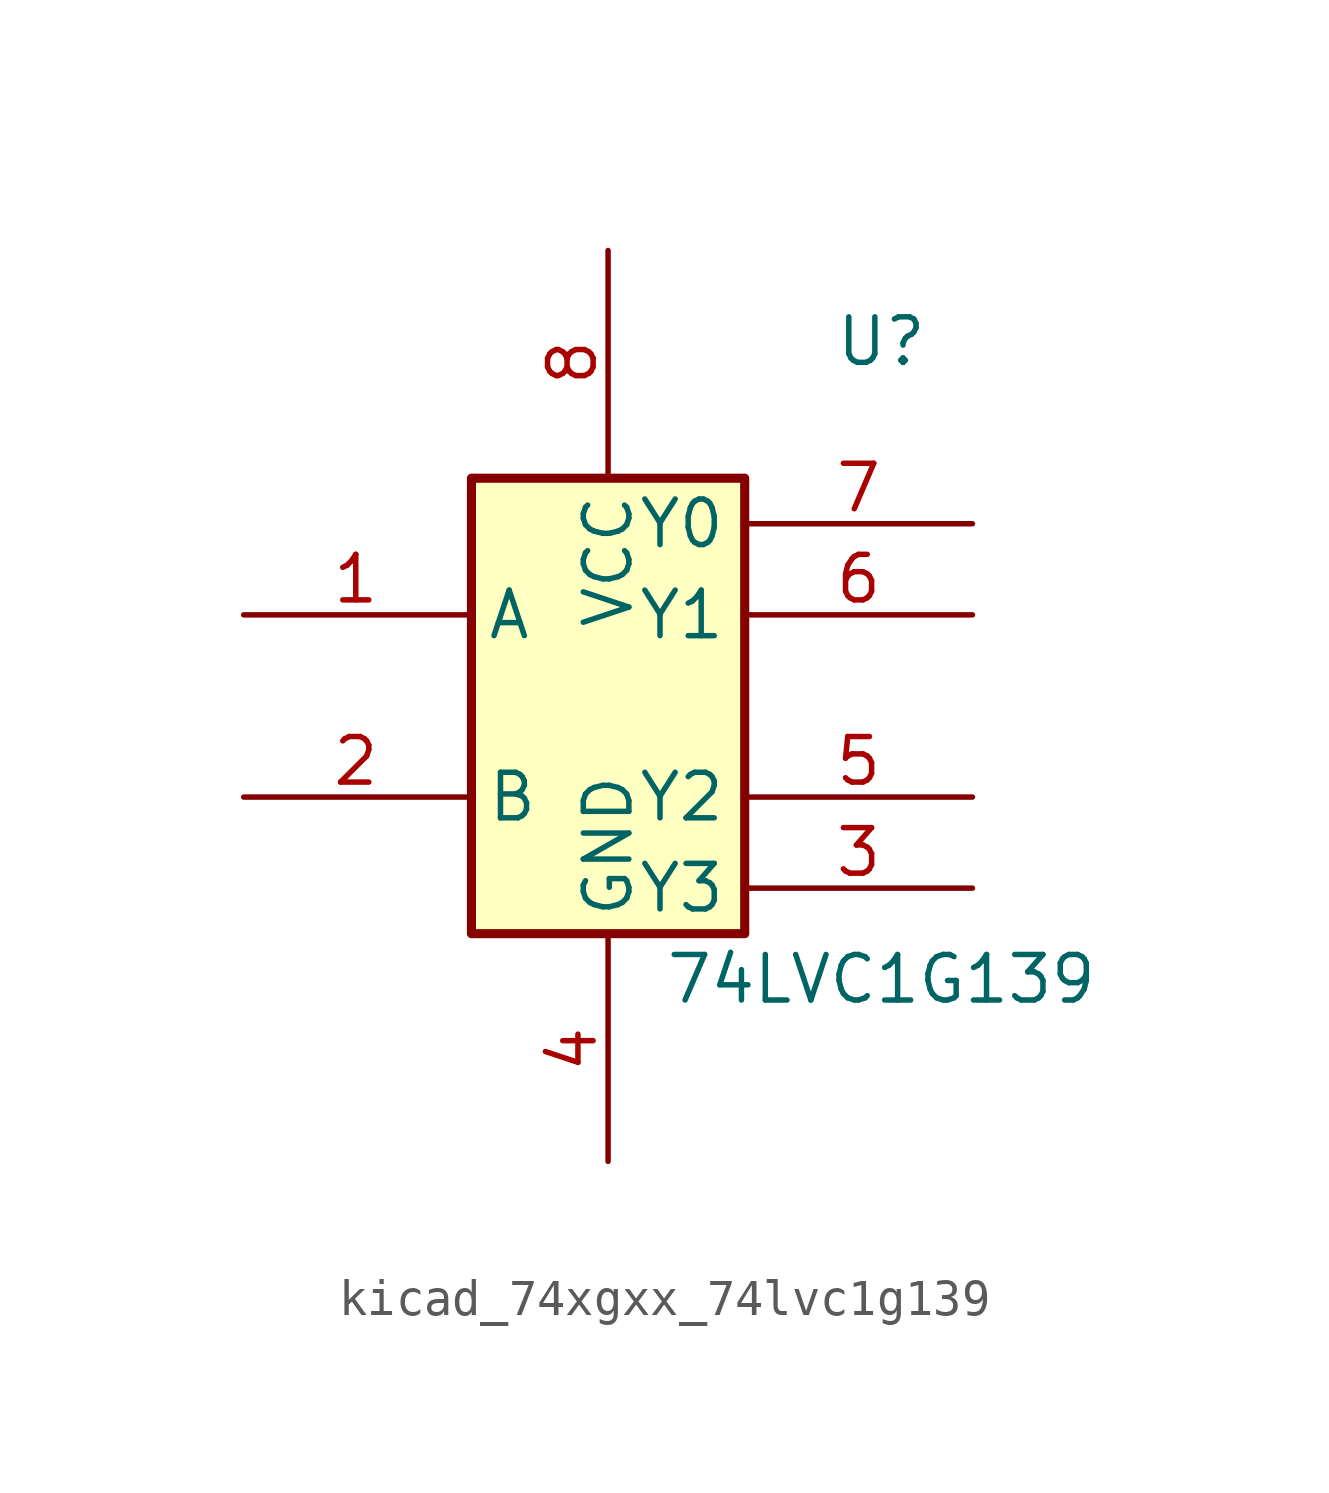
<source format=kicad_sym>
(kicad_symbol_lib
  (version 20220914)
  (generator kicad_symbol_editor)
  (symbol "kicad_74xgxx_74lvc1g139"
    (property "Reference" "U"
      (at 7.62 10.16 0)
      (effects (font (size 1.27 1.27))))
    (property "Value" "74LVC1G139"
      (at 7.62 -7.62 0)
      (effects (font (size 1.27 1.27))))
    (symbol "kicad_74xgxx_74lvc1g139_0_1"
      (rectangle (start -3.81 6.35) (end 3.81 -6.35) (stroke (width 0.254) (type default)) (fill (type background))))
    (symbol "kicad_74xgxx_74lvc1g139_1_1"
      (pin input line (at -10.16 2.54 0) (length 6.25) (name "A" (effects (font (size 1.27 1.27)))) (number "1" (effects (font (size 1.27 1.27)))))
      (pin input line (at -10.16 -2.54 0) (length 6.25) (name "B" (effects (font (size 1.27 1.27)))) (number "2" (effects (font (size 1.27 1.27)))))
      (pin output line (at 10.16 -5.08 180) (length 6.35) (name "Y3" (effects (font (size 1.27 1.27)))) (number "3" (effects (font (size 1.27 1.27)))))
      (pin power_in line (at 0 -12.7 90) (length 6.25) (name "GND" (effects (font (size 1.27 1.27)))) (number "4" (effects (font (size 1.27 1.27)))))
      (pin output line (at 10.16 -2.54 180) (length 6.35) (name "Y2" (effects (font (size 1.27 1.27)))) (number "5" (effects (font (size 1.27 1.27)))))
      (pin output line (at 10.16 2.54 180) (length 6.35) (name "Y1" (effects (font (size 1.27 1.27)))) (number "6" (effects (font (size 1.27 1.27)))))
      (pin output line (at 10.16 5.08 180) (length 6.35) (name "Y0" (effects (font (size 1.27 1.27)))) (number "7" (effects (font (size 1.27 1.27)))))
      (pin power_in line (at 0 12.7 270) (length 6.25) (name "VCC" (effects (font (size 1.27 1.27)))) (number "8" (effects (font (size 1.27 1.27))))))))
</source>
